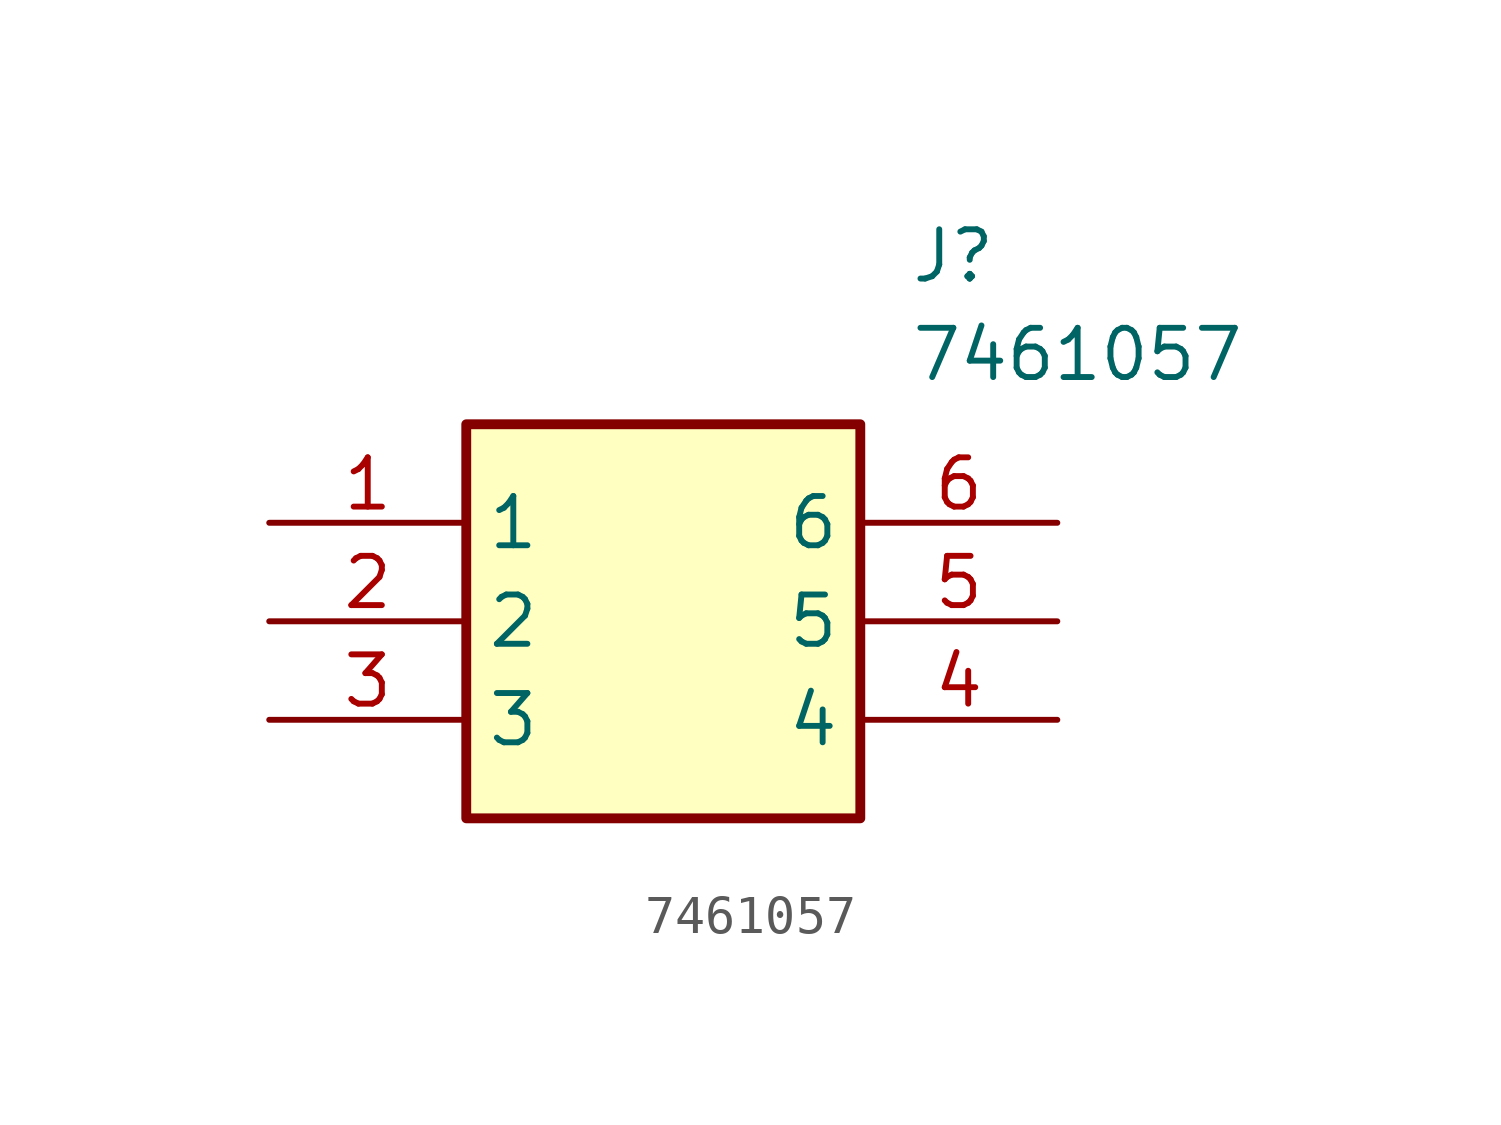
<source format=kicad_sym>
(kicad_symbol_lib
  (version 20211014)
  (generator SamacSys_ECAD_Model)
  (symbol "7461057"
    (property "Reference" "J"
      (at 16.51 7.62 0)
      (effects (font (size 1.27 1.27)) (justify left top)))
    (property "Value" "7461057"
      (at 16.51 5.08 0)
      (effects (font (size 1.27 1.27)) (justify left top)))
    (rectangle
      (start 5.08 2.54)
      (end 15.24 -7.62)
      (stroke (width 0.254) (type default))
      (fill (type background)))
    (pin passive line
      (at 0 0 0)
      (length 5.08)
      (name "1" (effects (font (size 1.27 1.27))))
      (number "1" (effects (font (size 1.27 1.27)))))
    (pin passive line
      (at 0 -2.54 0)
      (length 5.08)
      (name "2" (effects (font (size 1.27 1.27))))
      (number "2" (effects (font (size 1.27 1.27)))))
    (pin passive line
      (at 0 -5.08 0)
      (length 5.08)
      (name "3" (effects (font (size 1.27 1.27))))
      (number "3" (effects (font (size 1.27 1.27)))))
    (pin passive line
      (at 20.32 -5.08 180)
      (length 5.08)
      (name "4" (effects (font (size 1.27 1.27))))
      (number "4" (effects (font (size 1.27 1.27)))))
    (pin passive line
      (at 20.32 -2.54 180)
      (length 5.08)
      (name "5" (effects (font (size 1.27 1.27))))
      (number "5" (effects (font (size 1.27 1.27)))))
    (pin passive line
      (at 20.32 0 180)
      (length 5.08)
      (name "6" (effects (font (size 1.27 1.27))))
      (number "6" (effects (font (size 1.27 1.27)))))))
</source>
